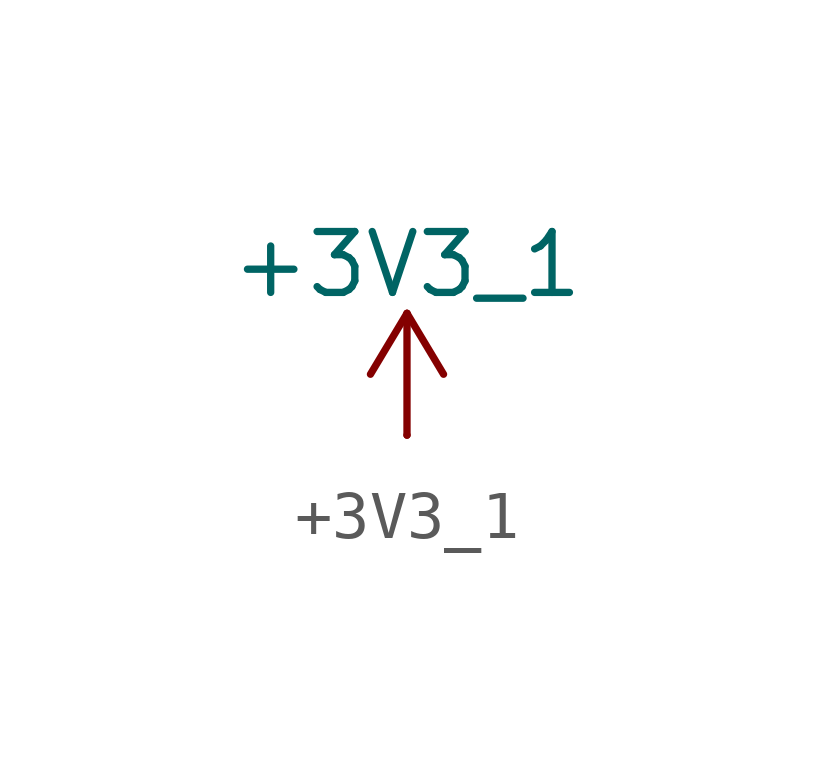
<source format=kicad_sym>
(kicad_symbol_lib
  (version 20231120)
  (generator "kicad_symbol_editor")
  (generator_version "8.0")
  (symbol "+3V3_1"
    (power)
    (pin_numbers hide)
    (pin_names
      (offset 0) hide)
    (property "Reference" "#PWR"
      (at 0 -3.81 0)
      (effects (font (size 1.27 1.27)) (hide yes)))
    (property "Value" "+3V3_1"
      (at 0 3.556 0)
      (effects (font (size 1.27 1.27))))
    (symbol "+3V3_1_0_1"
      (polyline (pts (xy -0.762 1.27) (xy 0 2.54)) (stroke (width 0) (type default)) (fill (type none)))
      (polyline (pts (xy 0 0) (xy 0 2.54)) (stroke (width 0) (type default)) (fill (type none)))
      (polyline (pts (xy 0 2.54) (xy 0.762 1.27)) (stroke (width 0) (type default)) (fill (type none))))
    (symbol "+3V3_1_1_1"
      (pin power_in line (at 0 0 90) (length 0) (name "~" (effects (font (size 1.27 1.27)))) (number "1" (effects (font (size 1.27 1.27))))))))
</source>
